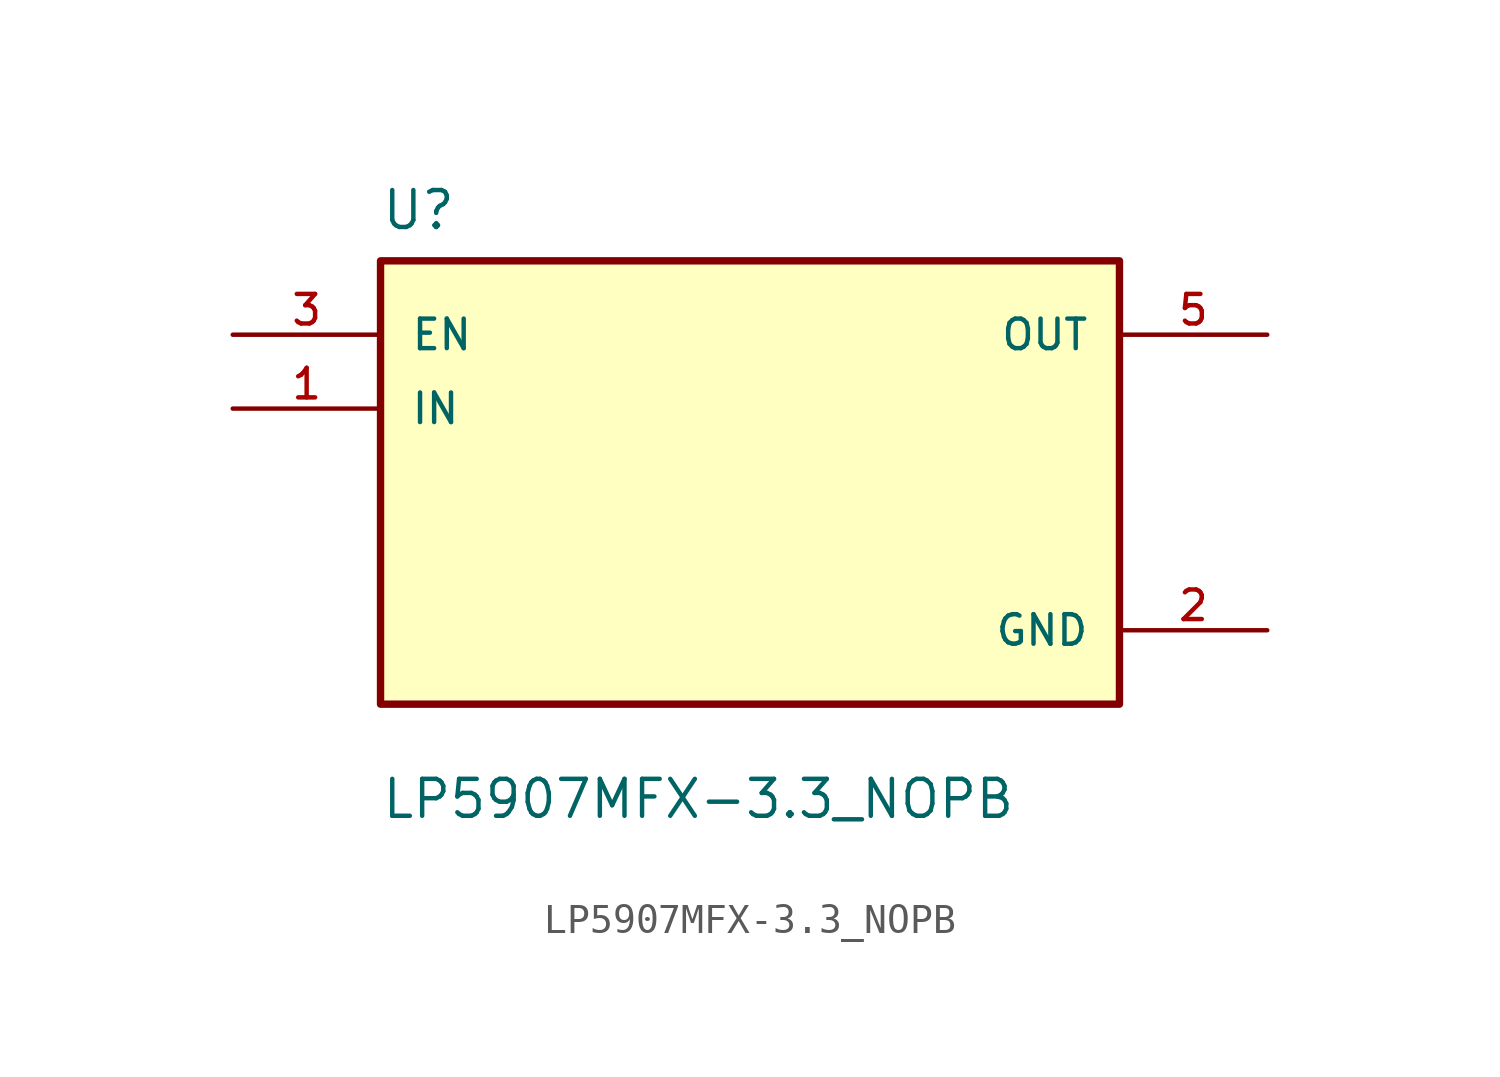
<source format=kicad_sym>
(kicad_symbol_lib
  (version 20231120)
  (generator "kicad_symbol_editor")
  (generator_version "8.0")
  (symbol "LP5907MFX-3.3_NOPB"
    (pin_names
      (offset 1.016))
    (property "Reference" "U"
      (at -12.7 8.62 0)
      (effects (font (size 1.27 1.27)) (justify left bottom)))
    (property "Value" "LP5907MFX-3.3_NOPB"
      (at -12.7 -11.62 0)
      (effects (font (size 1.27 1.27)) (justify left bottom)))
    (symbol "LP5907MFX-3.3_NOPB_0_0"
      (rectangle (start -12.7 7.62) (end 12.7 -7.62) (stroke (width 0.254) (type default)) (fill (type background)))
      (pin power_in line (at -17.78 2.54 0) (length 5.08) (name "IN" (effects (font (size 1.016 1.016)))) (number "1" (effects (font (size 1.016 1.016)))))
      (pin power_in line (at 17.78 -5.08 180) (length 5.08) (name "GND" (effects (font (size 1.016 1.016)))) (number "2" (effects (font (size 1.016 1.016)))))
      (pin input line (at -17.78 5.08 0) (length 5.08) (name "EN" (effects (font (size 1.016 1.016)))) (number "3" (effects (font (size 1.016 1.016)))))
      (pin power_out line (at 17.78 5.08 180) (length 5.08) (name "OUT" (effects (font (size 1.016 1.016)))) (number "5" (effects (font (size 1.016 1.016))))))))
</source>
